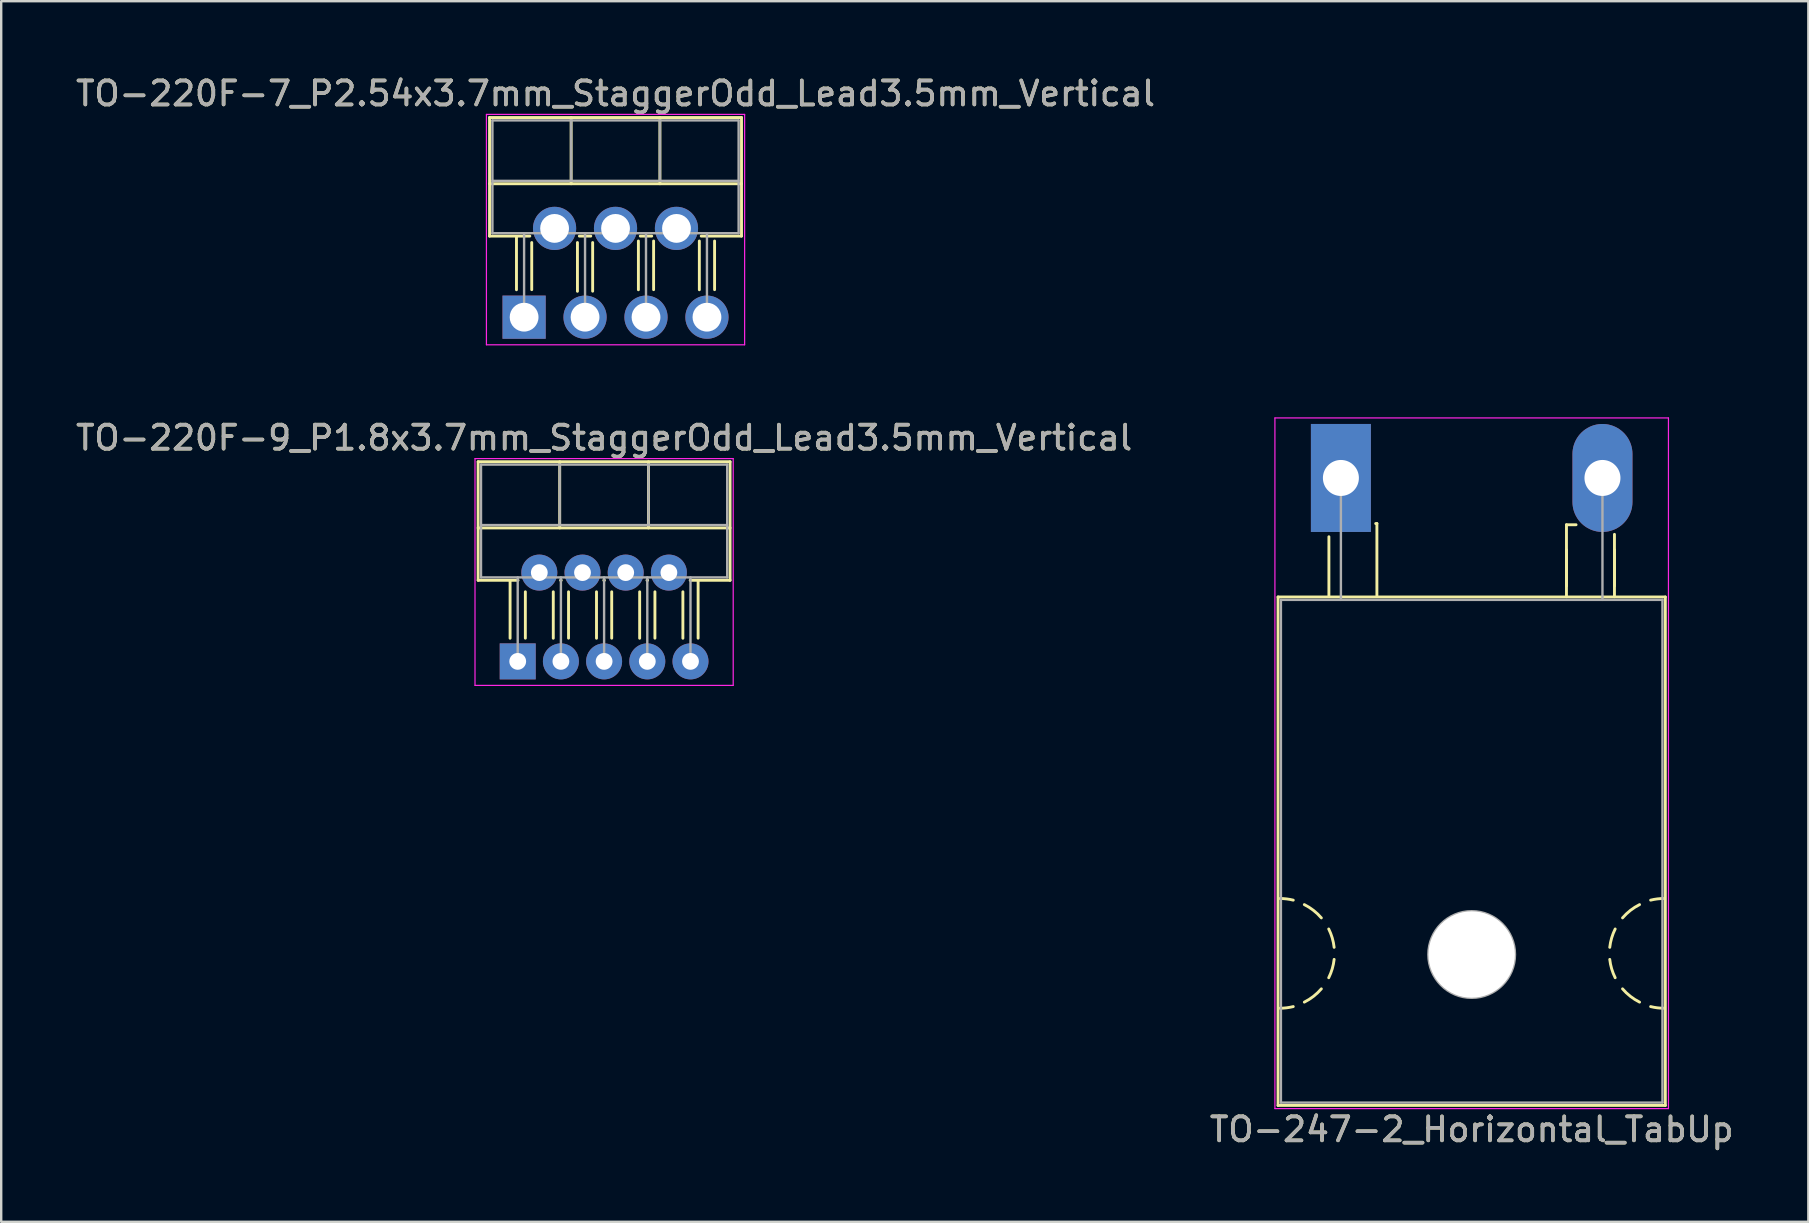
<source format=kicad_pcb>
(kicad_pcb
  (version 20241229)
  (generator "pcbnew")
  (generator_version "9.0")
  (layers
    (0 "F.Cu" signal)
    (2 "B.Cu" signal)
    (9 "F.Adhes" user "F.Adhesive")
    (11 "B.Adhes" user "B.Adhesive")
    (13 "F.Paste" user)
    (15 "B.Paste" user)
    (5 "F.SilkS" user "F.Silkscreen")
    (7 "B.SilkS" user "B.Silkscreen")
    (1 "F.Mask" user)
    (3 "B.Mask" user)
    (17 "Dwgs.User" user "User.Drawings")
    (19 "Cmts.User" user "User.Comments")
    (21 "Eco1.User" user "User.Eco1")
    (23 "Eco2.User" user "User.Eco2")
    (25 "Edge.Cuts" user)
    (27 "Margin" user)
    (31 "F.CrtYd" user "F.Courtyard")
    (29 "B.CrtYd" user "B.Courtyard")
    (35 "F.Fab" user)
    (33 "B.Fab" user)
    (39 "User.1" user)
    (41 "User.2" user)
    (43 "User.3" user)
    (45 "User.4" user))
  (footprint "TO-220F-7_P2.54x3.7mm_StaggerOdd_Lead3.5mm_Vertical"
    (layer "F.Cu")
    (at 18.791 10.168)
    (property "Reference" "TO-220F-7_P2.54x3.7mm_StaggerOdd_Lead3.5mm_Vertical" (at 3.81 -9.32 0) (layer "F.SilkS") (effects (font (size 1 1) (thickness 0.15))))
    (attr through_hole)
    (fp_line (start -1.44 -8.32) (end -1.44 -3.379) (stroke (width 0.12) (type solid)) (layer "F.SilkS"))
    (fp_line (start -1.44 -8.32) (end 9.06 -8.32) (stroke (width 0.12) (type solid)) (layer "F.SilkS"))
    (fp_line (start -1.44 -5.561) (end 9.06 -5.561) (stroke (width 0.12) (type solid)) (layer "F.SilkS"))
    (fp_line (start -1.44 -3.379) (end 0.239 -3.379) (stroke (width 0.12) (type solid)) (layer "F.SilkS"))
    (fp_line (start -0.318 -3.365) (end -0.318 -1.143) (stroke (width 0.12) (type solid)) (layer "F.SilkS"))
    (fp_line (start 0.318 -3.111) (end 0.318 -1.146) (stroke (width 0.12) (type solid)) (layer "F.SilkS"))
    (fp_line (start 1.96 -8.32) (end 1.96 -5.561) (stroke (width 0.12) (type solid)) (layer "F.SilkS"))
    (fp_line (start 2.223 -3.111) (end 2.223 -1.079) (stroke (width 0.12) (type solid)) (layer "F.SilkS"))
    (fp_line (start 2.302 -3.379) (end 2.779 -3.379) (stroke (width 0.12) (type solid)) (layer "F.SilkS"))
    (fp_line (start 2.857 -3.111) (end 2.857 -1.083) (stroke (width 0.12) (type solid)) (layer "F.SilkS"))
    (fp_line (start 4.763 -3.175) (end 4.763 -1.143) (stroke (width 0.12) (type solid)) (layer "F.SilkS"))
    (fp_line (start 4.842 -3.379) (end 5.319 -3.379) (stroke (width 0.12) (type solid)) (layer "F.SilkS"))
    (fp_line (start 5.397 -3.175) (end 5.397 -1.146) (stroke (width 0.12) (type solid)) (layer "F.SilkS"))
    (fp_line (start 5.66 -8.32) (end 5.66 -5.561) (stroke (width 0.12) (type solid)) (layer "F.SilkS"))
    (fp_line (start 7.303 -3.175) (end 7.303 -1.143) (stroke (width 0.12) (type solid)) (layer "F.SilkS"))
    (fp_line (start 7.382 -3.379) (end 9.06 -3.379) (stroke (width 0.12) (type solid)) (layer "F.SilkS"))
    (fp_line (start 7.938 -3.175) (end 7.938 -1.146) (stroke (width 0.12) (type solid)) (layer "F.SilkS"))
    (fp_line (start 9.06 -8.32) (end 9.06 -3.379) (stroke (width 0.12) (type solid)) (layer "F.SilkS"))
    (fp_line (start -1.57 -8.45) (end -1.57 1.15) (stroke (width 0.05) (type solid)) (layer "F.CrtYd"))
    (fp_line (start -1.57 1.15) (end 9.19 1.15) (stroke (width 0.05) (type solid)) (layer "F.CrtYd"))
    (fp_line (start 9.19 -8.45) (end -1.57 -8.45) (stroke (width 0.05) (type solid)) (layer "F.CrtYd"))
    (fp_line (start 9.19 1.15) (end 9.19 -8.45) (stroke (width 0.05) (type solid)) (layer "F.CrtYd"))
    (fp_line (start -1.32 -8.2) (end -1.32 -3.5) (stroke (width 0.1) (type solid)) (layer "F.Fab"))
    (fp_line (start -1.32 -5.68) (end 8.94 -5.68) (stroke (width 0.1) (type solid)) (layer "F.Fab"))
    (fp_line (start -1.32 -3.5) (end 8.94 -3.5) (stroke (width 0.1) (type solid)) (layer "F.Fab"))
    (fp_line (start 0 -3.5) (end 0 0) (stroke (width 0.1) (type solid)) (layer "F.Fab"))
    (fp_line (start 1.96 -8.2) (end 1.96 -5.68) (stroke (width 0.1) (type solid)) (layer "F.Fab"))
    (fp_line (start 2.54 -3.5) (end 2.54 0) (stroke (width 0.1) (type solid)) (layer "F.Fab"))
    (fp_line (start 5.08 -3.5) (end 5.08 0) (stroke (width 0.1) (type solid)) (layer "F.Fab"))
    (fp_line (start 5.66 -8.2) (end 5.66 -5.68) (stroke (width 0.1) (type solid)) (layer "F.Fab"))
    (fp_line (start 7.62 -3.5) (end 7.62 0) (stroke (width 0.1) (type solid)) (layer "F.Fab"))
    (fp_line (start 8.94 -8.2) (end -1.32 -8.2) (stroke (width 0.1) (type solid)) (layer "F.Fab"))
    (fp_line (start 8.94 -3.5) (end 8.94 -8.2) (stroke (width 0.1) (type solid)) (layer "F.Fab"))
    (fp_text user "${REFERENCE}" (at 3.81 -9.32 0) (layer "F.Fab") (effects (font (size 1 1) (thickness 0.15))))
    (pad "1" thru_hole rect (at 0 0) (size 1.8 1.8) (drill 1.2) (layers "*.Cu" "*.Mask"))
    (pad "2" thru_hole oval (at 1.27 -3.7) (size 1.8 1.8) (drill 1.2) (layers "*.Cu" "*.Mask"))
    (pad "3" thru_hole oval (at 2.54 0) (size 1.8 1.8) (drill 1.2) (layers "*.Cu" "*.Mask"))
    (pad "4" thru_hole oval (at 3.81 -3.7) (size 1.8 1.8) (drill 1.2) (layers "*.Cu" "*.Mask"))
    (pad "5" thru_hole oval (at 5.08 0) (size 1.8 1.8) (drill 1.2) (layers "*.Cu" "*.Mask"))
    (pad "6" thru_hole oval (at 6.35 -3.7) (size 1.8 1.8) (drill 1.2) (layers "*.Cu" "*.Mask"))
    (pad "7" thru_hole oval (at 7.62 0) (size 1.8 1.8) (drill 1.2) (layers "*.Cu" "*.Mask")))
  (footprint "TO-220F-9_P1.8x3.7mm_StaggerOdd_Lead3.5mm_Vertical"
    (layer "F.Cu")
    (at 18.525 24.512)
    (property "Reference" "TO-220F-9_P1.8x3.7mm_StaggerOdd_Lead3.5mm_Vertical" (at 3.6 -9.32 0) (layer "F.SilkS") (effects (font (size 1 1) (thickness 0.15))))
    (attr through_hole)
    (fp_line (start -1.65 -8.32) (end -1.65 -3.379) (stroke (width 0.12) (type solid)) (layer "F.SilkS"))
    (fp_line (start -1.65 -8.32) (end 8.85 -8.32) (stroke (width 0.12) (type solid)) (layer "F.SilkS"))
    (fp_line (start -1.65 -5.561) (end 8.85 -5.561) (stroke (width 0.12) (type solid)) (layer "F.SilkS"))
    (fp_line (start -1.65 -3.379) (end 0.014 -3.379) (stroke (width 0.12) (type solid)) (layer "F.SilkS"))
    (fp_line (start -0.318 -3.35) (end -0.318 -0.964) (stroke (width 0.12) (type solid)) (layer "F.SilkS"))
    (fp_line (start 0.318 -2.9) (end 0.318 -0.967) (stroke (width 0.12) (type solid)) (layer "F.SilkS"))
    (fp_line (start 1.482 -2.9) (end 1.482 -0.964) (stroke (width 0.12) (type solid)) (layer "F.SilkS"))
    (fp_line (start 1.75 -8.32) (end 1.75 -5.561) (stroke (width 0.12) (type solid)) (layer "F.SilkS"))
    (fp_line (start 1.787 -3.379) (end 1.814 -3.379) (stroke (width 0.12) (type solid)) (layer "F.SilkS"))
    (fp_line (start 2.118 -2.9) (end 2.118 -0.967) (stroke (width 0.12) (type solid)) (layer "F.SilkS"))
    (fp_line (start 3.283 -2.9) (end 3.283 -0.964) (stroke (width 0.12) (type solid)) (layer "F.SilkS"))
    (fp_line (start 3.587 -3.379) (end 3.614 -3.379) (stroke (width 0.12) (type solid)) (layer "F.SilkS"))
    (fp_line (start 3.917 -2.9) (end 3.917 -0.967) (stroke (width 0.12) (type solid)) (layer "F.SilkS"))
    (fp_line (start 5.082 -2.9) (end 5.082 -0.964) (stroke (width 0.12) (type solid)) (layer "F.SilkS"))
    (fp_line (start 5.387 -3.379) (end 5.414 -3.379) (stroke (width 0.12) (type solid)) (layer "F.SilkS"))
    (fp_line (start 5.45 -8.32) (end 5.45 -5.561) (stroke (width 0.12) (type solid)) (layer "F.SilkS"))
    (fp_line (start 5.718 -2.9) (end 5.718 -0.967) (stroke (width 0.12) (type solid)) (layer "F.SilkS"))
    (fp_line (start 6.883 -2.9) (end 6.883 -0.964) (stroke (width 0.12) (type solid)) (layer "F.SilkS"))
    (fp_line (start 7.187 -3.379) (end 8.85 -3.379) (stroke (width 0.12) (type solid)) (layer "F.SilkS"))
    (fp_line (start 7.518 -3.35) (end 7.518 -0.967) (stroke (width 0.12) (type solid)) (layer "F.SilkS"))
    (fp_line (start 8.85 -8.32) (end 8.85 -3.379) (stroke (width 0.12) (type solid)) (layer "F.SilkS"))
    (fp_line (start -1.78 -8.45) (end -1.78 1) (stroke (width 0.05) (type solid)) (layer "F.CrtYd"))
    (fp_line (start -1.78 1) (end 8.98 1) (stroke (width 0.05) (type solid)) (layer "F.CrtYd"))
    (fp_line (start 8.98 -8.45) (end -1.78 -8.45) (stroke (width 0.05) (type solid)) (layer "F.CrtYd"))
    (fp_line (start 8.98 1) (end 8.98 -8.45) (stroke (width 0.05) (type solid)) (layer "F.CrtYd"))
    (fp_line (start -1.53 -8.2) (end -1.53 -3.5) (stroke (width 0.1) (type solid)) (layer "F.Fab"))
    (fp_line (start -1.53 -5.68) (end 8.73 -5.68) (stroke (width 0.1) (type solid)) (layer "F.Fab"))
    (fp_line (start -1.53 -3.5) (end 8.73 -3.5) (stroke (width 0.1) (type solid)) (layer "F.Fab"))
    (fp_line (start 0 -3.5) (end 0 0) (stroke (width 0.1) (type solid)) (layer "F.Fab"))
    (fp_line (start 1.75 -8.2) (end 1.75 -5.68) (stroke (width 0.1) (type solid)) (layer "F.Fab"))
    (fp_line (start 1.8 -3.5) (end 1.8 0) (stroke (width 0.1) (type solid)) (layer "F.Fab"))
    (fp_line (start 3.6 -3.5) (end 3.6 0) (stroke (width 0.1) (type solid)) (layer "F.Fab"))
    (fp_line (start 5.4 -3.5) (end 5.4 0) (stroke (width 0.1) (type solid)) (layer "F.Fab"))
    (fp_line (start 5.45 -8.2) (end 5.45 -5.68) (stroke (width 0.1) (type solid)) (layer "F.Fab"))
    (fp_line (start 7.2 -3.5) (end 7.2 0) (stroke (width 0.1) (type solid)) (layer "F.Fab"))
    (fp_line (start 8.73 -8.2) (end -1.53 -8.2) (stroke (width 0.1) (type solid)) (layer "F.Fab"))
    (fp_line (start 8.73 -3.5) (end 8.73 -8.2) (stroke (width 0.1) (type solid)) (layer "F.Fab"))
    (fp_text user "${REFERENCE}" (at 3.6 -9.32 0) (layer "F.Fab") (effects (font (size 1 1) (thickness 0.15))))
    (pad "1" thru_hole rect (at 0 0) (size 1.5 1.5) (drill 0.7) (layers "*.Cu" "*.Mask"))
    (pad "2" thru_hole oval (at 0.9 -3.7) (size 1.5 1.5) (drill 0.7) (layers "*.Cu" "*.Mask"))
    (pad "3" thru_hole oval (at 1.8 0) (size 1.5 1.5) (drill 0.7) (layers "*.Cu" "*.Mask"))
    (pad "4" thru_hole oval (at 2.7 -3.7) (size 1.5 1.5) (drill 0.7) (layers "*.Cu" "*.Mask"))
    (pad "5" thru_hole oval (at 3.6 0) (size 1.5 1.5) (drill 0.7) (layers "*.Cu" "*.Mask"))
    (pad "6" thru_hole oval (at 4.5 -3.7) (size 1.5 1.5) (drill 0.7) (layers "*.Cu" "*.Mask"))
    (pad "7" thru_hole oval (at 5.4 0) (size 1.5 1.5) (drill 0.7) (layers "*.Cu" "*.Mask"))
    (pad "8" thru_hole oval (at 6.3 -3.7) (size 1.5 1.5) (drill 0.7) (layers "*.Cu" "*.Mask"))
    (pad "9" thru_hole oval (at 7.2 0) (size 1.5 1.5) (drill 0.7) (layers "*.Cu" "*.Mask")))
  (footprint "TO-247-2_Horizontal_TabUp"
    (layer "F.Cu")
    (at 52.83 16.868)
    (property "Reference" "TO-247-2_Horizontal_TabUp" (at 5.45 27.15 0) (layer "F.SilkS") (effects (font (size 1 1) (thickness 0.15))))
    (attr through_hole)
    (fp_line (start -2.62 4.96) (end -2.62 26.15) (stroke (width 0.12) (type solid)) (layer "F.SilkS"))
    (fp_line (start -2.62 4.96) (end 13.52 4.96) (stroke (width 0.12) (type solid)) (layer "F.SilkS"))
    (fp_line (start -2.62 26.15) (end 13.52 26.15) (stroke (width 0.12) (type solid)) (layer "F.SilkS"))
    (fp_line (start -0.5 4.9) (end -0.5 2.45) (stroke (width 0.12) (type solid)) (layer "F.SilkS"))
    (fp_line (start 1.5 1.9) (end 1.45 1.9) (stroke (width 0.12) (type solid)) (layer "F.SilkS"))
    (fp_line (start 1.5 4.9) (end 1.5 1.9) (stroke (width 0.12) (type solid)) (layer "F.SilkS"))
    (fp_line (start 9.4 1.95) (end 9.8 1.95) (stroke (width 0.12) (type solid)) (layer "F.SilkS"))
    (fp_line (start 9.4 4.5) (end 9.4 3) (stroke (width 0.12) (type solid)) (layer "F.SilkS"))
    (fp_line (start 9.4 4.95) (end 9.4 1.95) (stroke (width 0.12) (type solid)) (layer "F.SilkS"))
    (fp_line (start 11.4 4.5) (end 11.4 3) (stroke (width 0.12) (type solid)) (layer "F.SilkS"))
    (fp_line (start 11.4 4.95) (end 11.4 2.35) (stroke (width 0.12) (type solid)) (layer "F.SilkS"))
    (fp_line (start 13.52 4.96) (end 13.52 26.15) (stroke (width 0.12) (type solid)) (layer "F.SilkS"))
    (fp_arc (start -2.54 17.526) (mid -2.260689 17.543128) (end -1.985564 17.594254) (stroke (width 0.12) (type solid)) (layer "F.SilkS"))
    (fp_arc (start -1.985564 22.029746) (mid -2.260689 22.080872) (end -2.54 22.098) (stroke (width 0.12) (type solid)) (layer "F.SilkS"))
    (fp_arc (start -1.524001 17.780001) (mid -1.14188 18.02132) (end -0.815088 18.333504) (stroke (width 0.12) (type solid)) (layer "F.SilkS"))
    (fp_arc (start -0.815087 21.290497) (mid -1.141879 21.60268) (end -1.524 21.844) (stroke (width 0.12) (type solid)) (layer "F.SilkS"))
    (fp_arc (start -0.508001 18.796001) (mid -0.361178 19.168563) (end -0.282051 19.561117) (stroke (width 0.12) (type solid)) (layer "F.SilkS"))
    (fp_arc (start -0.282051 20.062883) (mid -0.361178 20.455437) (end -0.508001 20.827999) (stroke (width 0.12) (type solid)) (layer "F.SilkS"))
    (fp_arc (start 11.204051 19.561117) (mid 11.283178 19.168563) (end 11.430001 18.796001) (stroke (width 0.12) (type solid)) (layer "F.SilkS"))
    (fp_arc (start 11.430001 20.827999) (mid 11.283178 20.455437) (end 11.204051 20.062883) (stroke (width 0.12) (type solid)) (layer "F.SilkS"))
    (fp_arc (start 11.737087 18.333503) (mid 12.063879 18.02132) (end 12.446 17.78) (stroke (width 0.12) (type solid)) (layer "F.SilkS"))
    (fp_arc (start 12.446001 21.843999) (mid 12.06388 21.60268) (end 11.737088 21.290496) (stroke (width 0.12) (type solid)) (layer "F.SilkS"))
    (fp_arc (start 12.907564 17.594254) (mid 13.182689 17.543128) (end 13.462 17.526) (stroke (width 0.12) (type solid)) (layer "F.SilkS"))
    (fp_arc (start 13.462 22.098) (mid 13.182689 22.080872) (end 12.907564 22.029746) (stroke (width 0.12) (type solid)) (layer "F.SilkS"))
    (fp_line (start -2.75 -2.5) (end -2.75 26.28) (stroke (width 0.05) (type solid)) (layer "F.CrtYd"))
    (fp_line (start -2.75 26.28) (end 13.65 26.28) (stroke (width 0.05) (type solid)) (layer "F.CrtYd"))
    (fp_line (start 13.65 -2.5) (end -2.75 -2.5) (stroke (width 0.05) (type solid)) (layer "F.CrtYd"))
    (fp_line (start 13.65 26.28) (end 13.65 -2.5) (stroke (width 0.05) (type solid)) (layer "F.CrtYd"))
    (fp_line (start -2.5 5.08) (end -2.5 26.03) (stroke (width 0.1) (type solid)) (layer "F.Fab"))
    (fp_line (start -2.5 26.03) (end 13.4 26.03) (stroke (width 0.1) (type solid)) (layer "F.Fab"))
    (fp_line (start 0 5.08) (end 0 0) (stroke (width 0.1) (type solid)) (layer "F.Fab"))
    (fp_line (start 10.9 5.08) (end 10.9 0) (stroke (width 0.1) (type solid)) (layer "F.Fab"))
    (fp_line (start 13.4 5.08) (end -2.5 5.08) (stroke (width 0.1) (type solid)) (layer "F.Fab"))
    (fp_line (start 13.4 26.03) (end 13.4 5.08) (stroke (width 0.1) (type solid)) (layer "F.Fab"))
    (fp_circle (center 5.45 19.86) (end 7.255 19.86) (stroke (width 0.1) (type solid)) (fill no) (layer "F.Fab"))
    (fp_text user "${REFERENCE}" (at 5.45 27.15 0) (layer "F.Fab") (effects (font (size 1 1) (thickness 0.15))))
    (pad "" np_thru_hole oval (at 5.45 19.86) (size 3.6 3.6) (drill 3.6) (layers "*.Cu" "*.Mask"))
    (pad "1" thru_hole rect (at 0 0) (size 2.5 4.5) (drill 1.5) (layers "*.Cu" "*.Mask"))
    (pad "2" thru_hole oval (at 10.9 0) (size 2.5 4.5) (drill 1.5) (layers "*.Cu" "*.Mask")))
  (gr_rect
    (start -3 -3)
    (end 72.31 47.867)
    (stroke (width 0.1) (type default))
    (fill no)
    (layer "Edge.Cuts")))
</source>
